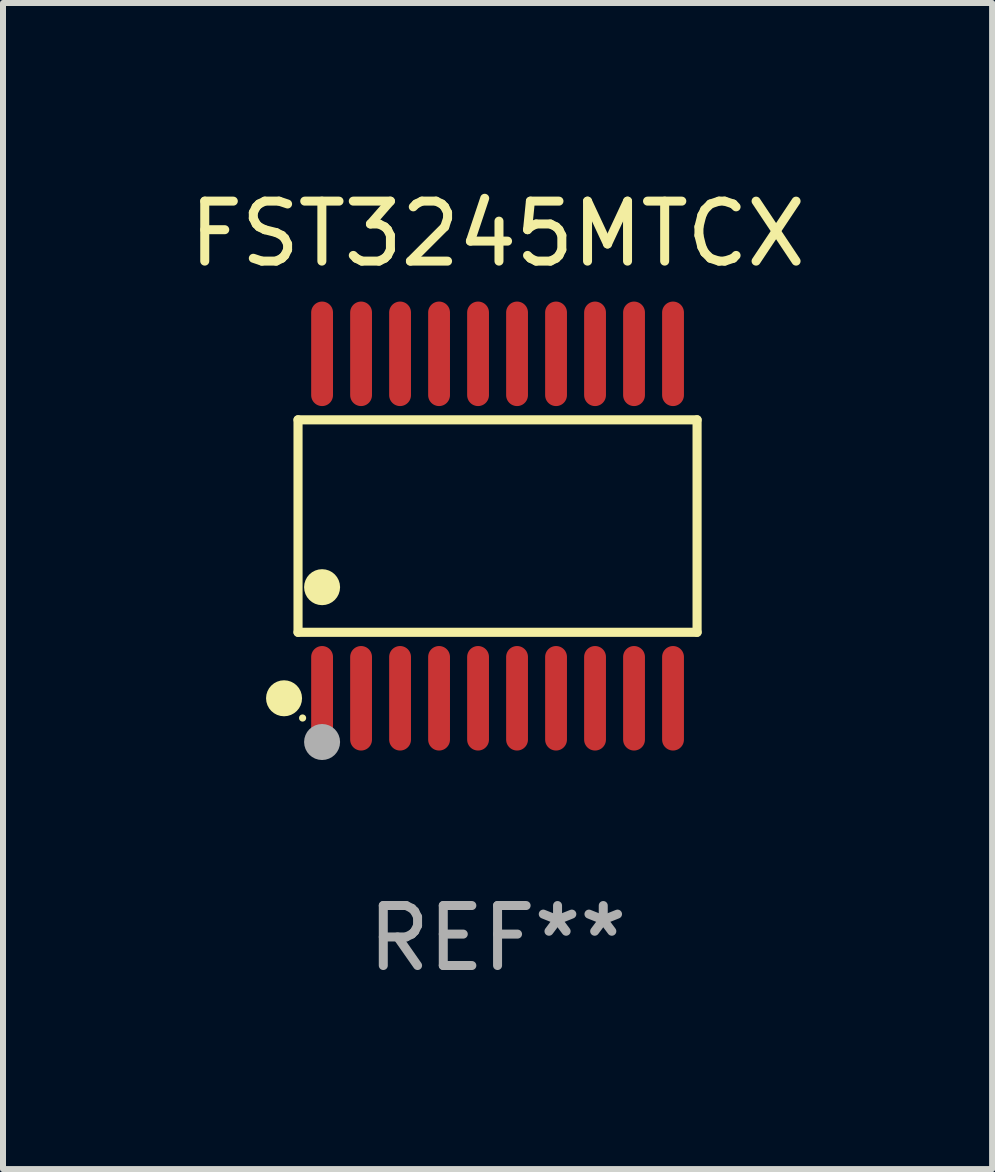
<source format=kicad_pcb>
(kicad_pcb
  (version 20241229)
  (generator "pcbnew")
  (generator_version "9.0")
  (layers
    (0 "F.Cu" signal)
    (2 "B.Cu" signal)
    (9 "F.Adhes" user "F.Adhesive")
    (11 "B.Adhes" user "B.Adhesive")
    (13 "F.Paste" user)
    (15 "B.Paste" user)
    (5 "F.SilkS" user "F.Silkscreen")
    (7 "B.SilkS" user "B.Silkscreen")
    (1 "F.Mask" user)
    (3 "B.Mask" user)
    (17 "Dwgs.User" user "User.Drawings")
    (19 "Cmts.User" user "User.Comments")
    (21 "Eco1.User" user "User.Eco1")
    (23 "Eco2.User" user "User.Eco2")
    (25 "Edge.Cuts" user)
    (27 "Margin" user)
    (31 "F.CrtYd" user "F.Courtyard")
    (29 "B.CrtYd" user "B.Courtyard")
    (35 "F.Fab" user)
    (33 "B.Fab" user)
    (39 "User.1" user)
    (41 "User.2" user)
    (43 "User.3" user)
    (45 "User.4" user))
  (footprint "FST3245MTCX"
    (layer "F.Cu")
    (at 5.244 5.719)
    (property "Reference" "FST3245MTCX" (at 0 -4.871 0) (layer "F.SilkS") (effects (font (size 1 1) (thickness 0.15))))
    (attr through_hole)
    (fp_line (start -3.326 -1.771) (end 3.326 -1.771) (stroke (width 0.152) (type solid)) (layer "F.SilkS"))
    (fp_line (start -3.326 1.771) (end -3.326 -1.771) (stroke (width 0.152) (type solid)) (layer "F.SilkS"))
    (fp_line (start 3.326 -1.771) (end 3.326 1.771) (stroke (width 0.152) (type solid)) (layer "F.SilkS"))
    (fp_line (start 3.326 1.771) (end -3.326 1.771) (stroke (width 0.152) (type solid)) (layer "F.SilkS"))
    (fp_circle (center -3.559 2.871) (end -3.409 2.871) (stroke (width 0.3) (type solid)) (fill no) (layer "F.SilkS"))
    (fp_circle (center -3.25 3.2) (end -3.22 3.2) (stroke (width 0.06) (type solid)) (fill no) (layer "F.SilkS"))
    (fp_circle (center -2.925 1.019) (end -2.775 1.019) (stroke (width 0.3) (type solid)) (fill no) (layer "F.SilkS"))
    (fp_circle (center -2.925 3.6) (end -2.775 3.6) (stroke (width 0.3) (type solid)) (fill no) (layer "F.Fab"))
    (fp_text user "REF**" (at 0 6.871 0) (layer "F.Fab") (effects (font (size 1 1) (thickness 0.15))))
    (pad "1" smd oval (at -2.925 2.871) (size 0.364 1.742) (layers "F.Cu" "F.Mask" "F.Paste"))
    (pad "2" smd oval (at -2.275 2.871) (size 0.364 1.742) (layers "F.Cu" "F.Mask" "F.Paste"))
    (pad "3" smd oval (at -1.625 2.871) (size 0.364 1.742) (layers "F.Cu" "F.Mask" "F.Paste"))
    (pad "4" smd oval (at -0.975 2.871) (size 0.364 1.742) (layers "F.Cu" "F.Mask" "F.Paste"))
    (pad "5" smd oval (at -0.325 2.871) (size 0.364 1.742) (layers "F.Cu" "F.Mask" "F.Paste"))
    (pad "6" smd oval (at 0.325 2.871) (size 0.364 1.742) (layers "F.Cu" "F.Mask" "F.Paste"))
    (pad "7" smd oval (at 0.975 2.871) (size 0.364 1.742) (layers "F.Cu" "F.Mask" "F.Paste"))
    (pad "8" smd oval (at 1.625 2.871) (size 0.364 1.742) (layers "F.Cu" "F.Mask" "F.Paste"))
    (pad "9" smd oval (at 2.275 2.871) (size 0.364 1.742) (layers "F.Cu" "F.Mask" "F.Paste"))
    (pad "10" smd oval (at 2.925 2.871) (size 0.364 1.742) (layers "F.Cu" "F.Mask" "F.Paste"))
    (pad "11" smd oval (at 2.925 -2.871) (size 0.364 1.742) (layers "F.Cu" "F.Mask" "F.Paste"))
    (pad "12" smd oval (at 2.275 -2.871) (size 0.364 1.742) (layers "F.Cu" "F.Mask" "F.Paste"))
    (pad "13" smd oval (at 1.625 -2.871) (size 0.364 1.742) (layers "F.Cu" "F.Mask" "F.Paste"))
    (pad "14" smd oval (at 0.975 -2.871) (size 0.364 1.742) (layers "F.Cu" "F.Mask" "F.Paste"))
    (pad "15" smd oval (at 0.325 -2.871) (size 0.364 1.742) (layers "F.Cu" "F.Mask" "F.Paste"))
    (pad "16" smd oval (at -0.325 -2.871) (size 0.364 1.742) (layers "F.Cu" "F.Mask" "F.Paste"))
    (pad "17" smd oval (at -0.975 -2.871) (size 0.364 1.742) (layers "F.Cu" "F.Mask" "F.Paste"))
    (pad "18" smd oval (at -1.625 -2.871) (size 0.364 1.742) (layers "F.Cu" "F.Mask" "F.Paste"))
    (pad "19" smd oval (at -2.275 -2.871) (size 0.364 1.742) (layers "F.Cu" "F.Mask" "F.Paste"))
    (pad "20" smd oval (at -2.925 -2.871) (size 0.364 1.742) (layers "F.Cu" "F.Mask" "F.Paste")))
  (gr_rect
    (start -3 -3)
    (end 13.488 16.438)
    (stroke (width 0.1) (type default))
    (fill no)
    (layer "Edge.Cuts")))
</source>
